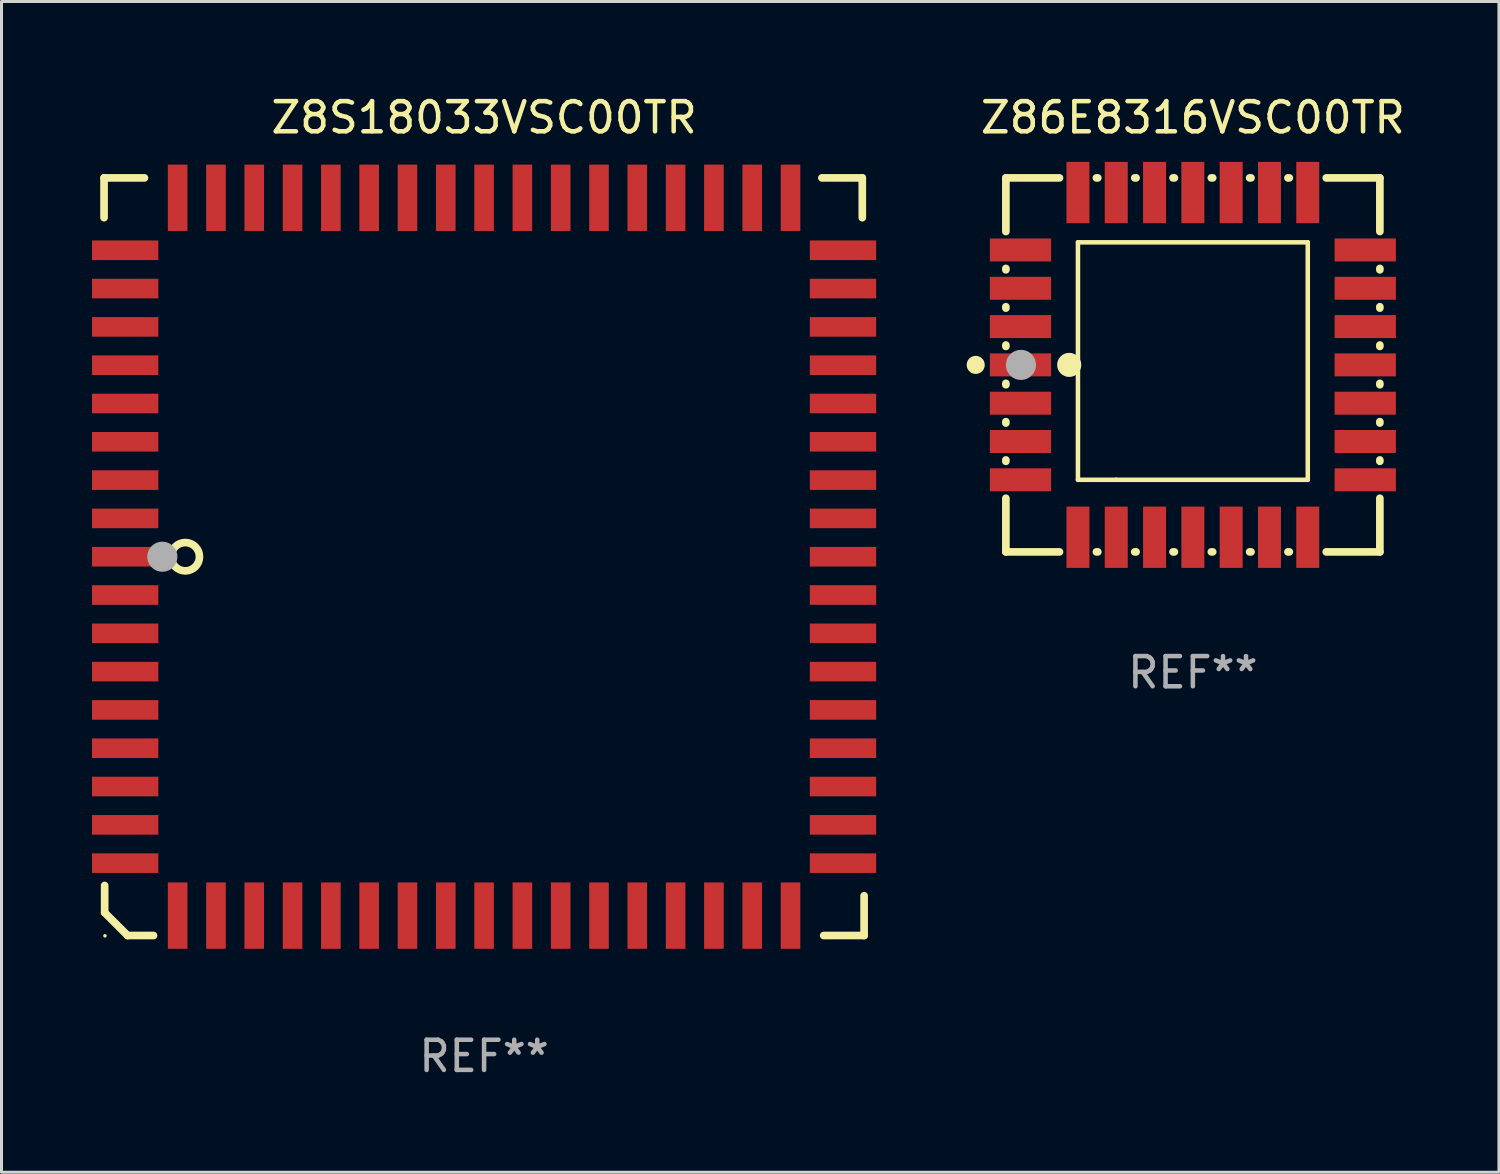
<source format=kicad_pcb>
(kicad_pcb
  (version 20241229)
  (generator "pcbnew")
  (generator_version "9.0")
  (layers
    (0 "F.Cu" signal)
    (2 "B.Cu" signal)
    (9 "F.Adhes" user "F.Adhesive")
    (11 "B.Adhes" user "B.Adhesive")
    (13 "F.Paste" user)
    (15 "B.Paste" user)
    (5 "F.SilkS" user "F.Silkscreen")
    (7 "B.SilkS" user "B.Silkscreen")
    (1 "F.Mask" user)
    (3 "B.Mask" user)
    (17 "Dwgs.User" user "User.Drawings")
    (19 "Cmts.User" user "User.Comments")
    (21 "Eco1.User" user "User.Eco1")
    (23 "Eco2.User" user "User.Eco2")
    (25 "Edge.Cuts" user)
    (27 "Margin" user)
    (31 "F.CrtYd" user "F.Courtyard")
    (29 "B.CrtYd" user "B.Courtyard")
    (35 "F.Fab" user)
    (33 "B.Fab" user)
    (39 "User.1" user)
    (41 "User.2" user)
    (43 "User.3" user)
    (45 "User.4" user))
  (footprint "Z86E8316VSC00TR"
    (layer "F.Cu")
    (at 36.5 9.048)
    (property "Reference" "Z86E8316VSC00TR" (at 0 -8.2 0) (layer "F.SilkS") (effects (font (size 1 1) (thickness 0.15))))
    (attr through_hole)
    (fp_line (start -6.2 -6.2) (end -4.422 -6.2) (stroke (width 0.254) (type solid)) (layer "F.SilkS"))
    (fp_line (start -6.2 -4.422) (end -6.2 -6.2) (stroke (width 0.254) (type solid)) (layer "F.SilkS"))
    (fp_line (start -6.2 -3.152) (end -6.2 -3.198) (stroke (width 0.254) (type solid)) (layer "F.SilkS"))
    (fp_line (start -6.2 -1.882) (end -6.2 -1.928) (stroke (width 0.254) (type solid)) (layer "F.SilkS"))
    (fp_line (start -6.2 -0.612) (end -6.2 -0.658) (stroke (width 0.254) (type solid)) (layer "F.SilkS"))
    (fp_line (start -6.2 0.658) (end -6.2 0.612) (stroke (width 0.254) (type solid)) (layer "F.SilkS"))
    (fp_line (start -6.2 1.928) (end -6.2 1.882) (stroke (width 0.254) (type solid)) (layer "F.SilkS"))
    (fp_line (start -6.2 3.198) (end -6.2 3.152) (stroke (width 0.254) (type solid)) (layer "F.SilkS"))
    (fp_line (start -6.2 6.2) (end -6.2 4.422) (stroke (width 0.254) (type solid)) (layer "F.SilkS"))
    (fp_line (start -4.422 6.2) (end -6.2 6.2) (stroke (width 0.254) (type solid)) (layer "F.SilkS"))
    (fp_line (start -3.81 -4.064) (end 3.81 -4.064) (stroke (width 0.15) (type solid)) (layer "F.SilkS"))
    (fp_line (start -3.81 3.81) (end -3.81 -4.064) (stroke (width 0.15) (type solid)) (layer "F.SilkS"))
    (fp_line (start -3.198 -6.2) (end -3.152 -6.2) (stroke (width 0.254) (type solid)) (layer "F.SilkS"))
    (fp_line (start -3.152 6.2) (end -3.198 6.2) (stroke (width 0.254) (type solid)) (layer "F.SilkS"))
    (fp_line (start -2.54 3.81) (end -3.81 3.81) (stroke (width 0.15) (type solid)) (layer "F.SilkS"))
    (fp_line (start -1.928 -6.2) (end -1.882 -6.2) (stroke (width 0.254) (type solid)) (layer "F.SilkS"))
    (fp_line (start -1.882 6.2) (end -1.928 6.2) (stroke (width 0.254) (type solid)) (layer "F.SilkS"))
    (fp_line (start -0.658 -6.2) (end -0.612 -6.2) (stroke (width 0.254) (type solid)) (layer "F.SilkS"))
    (fp_line (start -0.612 6.2) (end -0.658 6.2) (stroke (width 0.254) (type solid)) (layer "F.SilkS"))
    (fp_line (start 0.612 -6.2) (end 0.658 -6.2) (stroke (width 0.254) (type solid)) (layer "F.SilkS"))
    (fp_line (start 0.658 6.2) (end 0.612 6.2) (stroke (width 0.254) (type solid)) (layer "F.SilkS"))
    (fp_line (start 1.882 -6.2) (end 1.928 -6.2) (stroke (width 0.254) (type solid)) (layer "F.SilkS"))
    (fp_line (start 1.928 6.2) (end 1.882 6.2) (stroke (width 0.254) (type solid)) (layer "F.SilkS"))
    (fp_line (start 3.152 -6.2) (end 3.198 -6.2) (stroke (width 0.254) (type solid)) (layer "F.SilkS"))
    (fp_line (start 3.198 6.2) (end 3.152 6.2) (stroke (width 0.254) (type solid)) (layer "F.SilkS"))
    (fp_line (start 3.81 -4.064) (end 3.81 3.81) (stroke (width 0.15) (type solid)) (layer "F.SilkS"))
    (fp_line (start 3.81 3.81) (end -2.54 3.81) (stroke (width 0.15) (type solid)) (layer "F.SilkS"))
    (fp_line (start 4.422 -6.2) (end 6.2 -6.2) (stroke (width 0.254) (type solid)) (layer "F.SilkS"))
    (fp_line (start 6.2 -6.2) (end 6.2 -4.422) (stroke (width 0.254) (type solid)) (layer "F.SilkS"))
    (fp_line (start 6.2 -3.198) (end 6.2 -3.152) (stroke (width 0.254) (type solid)) (layer "F.SilkS"))
    (fp_line (start 6.2 -1.928) (end 6.2 -1.882) (stroke (width 0.254) (type solid)) (layer "F.SilkS"))
    (fp_line (start 6.2 -0.658) (end 6.2 -0.612) (stroke (width 0.254) (type solid)) (layer "F.SilkS"))
    (fp_line (start 6.2 0.612) (end 6.2 0.658) (stroke (width 0.254) (type solid)) (layer "F.SilkS"))
    (fp_line (start 6.2 1.882) (end 6.2 1.928) (stroke (width 0.254) (type solid)) (layer "F.SilkS"))
    (fp_line (start 6.2 3.152) (end 6.2 3.198) (stroke (width 0.254) (type solid)) (layer "F.SilkS"))
    (fp_line (start 6.2 4.422) (end 6.2 6.2) (stroke (width 0.254) (type solid)) (layer "F.SilkS"))
    (fp_line (start 6.2 6.2) (end 4.422 6.2) (stroke (width 0.254) (type solid)) (layer "F.SilkS"))
    (fp_circle (center -7.2 0) (end -7.05 0) (stroke (width 0.3) (type solid)) (fill no) (layer "F.SilkS"))
    (fp_circle (center -6.223 6.223) (end -6.193 6.223) (stroke (width 0.06) (type solid)) (fill no) (layer "F.SilkS"))
    (fp_circle (center -4.1 0) (end -3.9 0) (stroke (width 0.4) (type solid)) (fill no) (layer "F.SilkS"))
    (fp_circle (center -5.7 0) (end -5.45 0) (stroke (width 0.5) (type solid)) (fill no) (layer "F.Fab"))
    (fp_text user "REF**" (at 0 10.2 0) (layer "F.Fab") (effects (font (size 1 1) (thickness 0.15))))
    (pad "1" smd rect (at -5.715 0) (size 2.032 0.762) (layers "F.Cu" "F.Mask" "F.Paste"))
    (pad "2" smd rect (at -5.715 1.27) (size 2.032 0.762) (layers "F.Cu" "F.Mask" "F.Paste"))
    (pad "3" smd rect (at -5.715 2.54) (size 2.032 0.762) (layers "F.Cu" "F.Mask" "F.Paste"))
    (pad "4" smd rect (at -5.715 3.81) (size 2.032 0.762) (layers "F.Cu" "F.Mask" "F.Paste"))
    (pad "5" smd rect (at -3.81 5.715) (size 0.762 2.032) (layers "F.Cu" "F.Mask" "F.Paste"))
    (pad "6" smd rect (at -2.54 5.715) (size 0.762 2.032) (layers "F.Cu" "F.Mask" "F.Paste"))
    (pad "7" smd rect (at -1.27 5.715) (size 0.762 2.032) (layers "F.Cu" "F.Mask" "F.Paste"))
    (pad "8" smd rect (at 0 5.715) (size 0.762 2.032) (layers "F.Cu" "F.Mask" "F.Paste"))
    (pad "9" smd rect (at 1.27 5.715) (size 0.762 2.032) (layers "F.Cu" "F.Mask" "F.Paste"))
    (pad "10" smd rect (at 2.54 5.715) (size 0.762 2.032) (layers "F.Cu" "F.Mask" "F.Paste"))
    (pad "11" smd rect (at 3.81 5.715) (size 0.762 2.032) (layers "F.Cu" "F.Mask" "F.Paste"))
    (pad "12" smd rect (at 5.715 3.81) (size 2.032 0.762) (layers "F.Cu" "F.Mask" "F.Paste"))
    (pad "13" smd rect (at 5.715 2.54) (size 2.032 0.762) (layers "F.Cu" "F.Mask" "F.Paste"))
    (pad "14" smd rect (at 5.715 1.27) (size 2.032 0.762) (layers "F.Cu" "F.Mask" "F.Paste"))
    (pad "15" smd rect (at 5.715 0) (size 2.032 0.762) (layers "F.Cu" "F.Mask" "F.Paste"))
    (pad "16" smd rect (at 5.715 -1.27) (size 2.032 0.762) (layers "F.Cu" "F.Mask" "F.Paste"))
    (pad "17" smd rect (at 5.715 -2.54) (size 2.032 0.762) (layers "F.Cu" "F.Mask" "F.Paste"))
    (pad "18" smd rect (at 5.715 -3.81) (size 2.032 0.762) (layers "F.Cu" "F.Mask" "F.Paste"))
    (pad "19" smd rect (at 3.81 -5.715) (size 0.762 2.032) (layers "F.Cu" "F.Mask" "F.Paste"))
    (pad "20" smd rect (at 2.54 -5.715) (size 0.762 2.032) (layers "F.Cu" "F.Mask" "F.Paste"))
    (pad "21" smd rect (at 1.27 -5.715) (size 0.762 2.032) (layers "F.Cu" "F.Mask" "F.Paste"))
    (pad "22" smd rect (at 0 -5.715) (size 0.762 2.032) (layers "F.Cu" "F.Mask" "F.Paste"))
    (pad "23" smd rect (at -1.27 -5.715) (size 0.762 2.032) (layers "F.Cu" "F.Mask" "F.Paste"))
    (pad "24" smd rect (at -2.54 -5.715) (size 0.762 2.032) (layers "F.Cu" "F.Mask" "F.Paste"))
    (pad "25" smd rect (at -3.81 -5.715) (size 0.762 2.032) (layers "F.Cu" "F.Mask" "F.Paste"))
    (pad "26" smd rect (at -5.715 -3.81) (size 2.032 0.762) (layers "F.Cu" "F.Mask" "F.Paste"))
    (pad "27" smd rect (at -5.715 -2.54) (size 2.032 0.762) (layers "F.Cu" "F.Mask" "F.Paste"))
    (pad "28" smd rect (at -5.715 -1.27) (size 2.032 0.762) (layers "F.Cu" "F.Mask" "F.Paste")))
  (footprint "Z8S18033VSC00TR"
    (layer "F.Cu")
    (at 13 15.408)
    (property "Reference" "Z8S18033VSC00TR" (at 0 -14.56 0) (layer "F.SilkS") (effects (font (size 1 1) (thickness 0.15))))
    (attr through_hole)
    (fp_line (start -12.6 -12.56) (end -12.6 -11.24) (stroke (width 0.254) (type solid)) (layer "F.SilkS"))
    (fp_line (start -12.58 10.9) (end -12.58 11.8) (stroke (width 0.254) (type solid)) (layer "F.SilkS"))
    (fp_line (start -12.58 11.8) (end -11.82 12.56) (stroke (width 0.254) (type solid)) (layer "F.SilkS"))
    (fp_line (start -11.82 12.56) (end -10.96 12.56) (stroke (width 0.254) (type solid)) (layer "F.SilkS"))
    (fp_line (start -11.26 -12.56) (end -12.6 -12.56) (stroke (width 0.254) (type solid)) (layer "F.SilkS"))
    (fp_line (start 11.2 -12.56) (end 12.54 -12.56) (stroke (width 0.254) (type solid)) (layer "F.SilkS"))
    (fp_line (start 11.26 12.56) (end 12.6 12.56) (stroke (width 0.254) (type solid)) (layer "F.SilkS"))
    (fp_line (start 12.54 -12.56) (end 12.54 -11.24) (stroke (width 0.254) (type solid)) (layer "F.SilkS"))
    (fp_line (start 12.6 12.56) (end 12.6 11.24) (stroke (width 0.254) (type solid)) (layer "F.SilkS"))
    (fp_circle (center -12.57 12.57) (end -12.54 12.57) (stroke (width 0.06) (type solid)) (fill no) (layer "F.SilkS"))
    (fp_circle (center -9.906 0) (end -9.436 0) (stroke (width 0.254) (type solid)) (fill no) (layer "F.SilkS"))
    (fp_circle (center -10.668 0) (end -10.418 0) (stroke (width 0.5) (type solid)) (fill no) (layer "F.Fab"))
    (fp_text user "REF**" (at 0 16.56 0) (layer "F.Fab") (effects (font (size 1 1) (thickness 0.15))))
    (pad "1" smd rect (at -11.9 -0.000076 270) (size 0.65 2.2) (layers "F.Cu" "F.Mask" "F.Paste"))
    (pad "2" smd rect (at -11.9 1.27 270) (size 0.65 2.2) (layers "F.Cu" "F.Mask" "F.Paste"))
    (pad "3" smd rect (at -11.9 2.54 270) (size 0.65 2.2) (layers "F.Cu" "F.Mask" "F.Paste"))
    (pad "4" smd rect (at -11.9 3.81 270) (size 0.65 2.2) (layers "F.Cu" "F.Mask" "F.Paste"))
    (pad "5" smd rect (at -11.9 5.08 270) (size 0.65 2.2) (layers "F.Cu" "F.Mask" "F.Paste"))
    (pad "6" smd rect (at -11.9 6.35 270) (size 0.65 2.2) (layers "F.Cu" "F.Mask" "F.Paste"))
    (pad "7" smd rect (at -11.9 7.62 270) (size 0.65 2.2) (layers "F.Cu" "F.Mask" "F.Paste"))
    (pad "8" smd rect (at -11.9 8.89 270) (size 0.65 2.2) (layers "F.Cu" "F.Mask" "F.Paste"))
    (pad "9" smd rect (at -11.9 10.16 270) (size 0.65 2.2) (layers "F.Cu" "F.Mask" "F.Paste"))
    (pad "10" smd rect (at -10.16 11.9 270) (size 2.2 0.65) (layers "F.Cu" "F.Mask" "F.Paste"))
    (pad "11" smd rect (at -8.89 11.9 270) (size 2.2 0.65) (layers "F.Cu" "F.Mask" "F.Paste"))
    (pad "12" smd rect (at -7.62 11.9 270) (size 2.2 0.65) (layers "F.Cu" "F.Mask" "F.Paste"))
    (pad "13" smd rect (at -6.35 11.9 270) (size 2.2 0.65) (layers "F.Cu" "F.Mask" "F.Paste"))
    (pad "14" smd rect (at -5.08 11.9 270) (size 2.2 0.65) (layers "F.Cu" "F.Mask" "F.Paste"))
    (pad "15" smd rect (at -3.81 11.9 270) (size 2.2 0.65) (layers "F.Cu" "F.Mask" "F.Paste"))
    (pad "16" smd rect (at -2.54 11.9 270) (size 2.2 0.65) (layers "F.Cu" "F.Mask" "F.Paste"))
    (pad "17" smd rect (at -1.27 11.9 270) (size 2.2 0.65) (layers "F.Cu" "F.Mask" "F.Paste"))
    (pad "18" smd rect (at 0 11.9 270) (size 2.2 0.65) (layers "F.Cu" "F.Mask" "F.Paste"))
    (pad "19" smd rect (at 1.27 11.9 270) (size 2.2 0.65) (layers "F.Cu" "F.Mask" "F.Paste"))
    (pad "20" smd rect (at 2.54 11.9 270) (size 2.2 0.65) (layers "F.Cu" "F.Mask" "F.Paste"))
    (pad "21" smd rect (at 3.81 11.9 270) (size 2.2 0.65) (layers "F.Cu" "F.Mask" "F.Paste"))
    (pad "22" smd rect (at 5.08 11.9 270) (size 2.2 0.65) (layers "F.Cu" "F.Mask" "F.Paste"))
    (pad "23" smd rect (at 6.35 11.9 270) (size 2.2 0.65) (layers "F.Cu" "F.Mask" "F.Paste"))
    (pad "24" smd rect (at 7.62 11.9 270) (size 2.2 0.65) (layers "F.Cu" "F.Mask" "F.Paste"))
    (pad "25" smd rect (at 8.89 11.9 270) (size 2.2 0.65) (layers "F.Cu" "F.Mask" "F.Paste"))
    (pad "26" smd rect (at 10.16 11.9 270) (size 2.2 0.65) (layers "F.Cu" "F.Mask" "F.Paste"))
    (pad "27" smd rect (at 11.9 10.16 270) (size 0.65 2.2) (layers "F.Cu" "F.Mask" "F.Paste"))
    (pad "28" smd rect (at 11.9 8.89 270) (size 0.65 2.2) (layers "F.Cu" "F.Mask" "F.Paste"))
    (pad "29" smd rect (at 11.9 7.62 270) (size 0.65 2.2) (layers "F.Cu" "F.Mask" "F.Paste"))
    (pad "30" smd rect (at 11.9 6.35 270) (size 0.65 2.2) (layers "F.Cu" "F.Mask" "F.Paste"))
    (pad "31" smd rect (at 11.9 5.08 270) (size 0.65 2.2) (layers "F.Cu" "F.Mask" "F.Paste"))
    (pad "32" smd rect (at 11.9 3.81 270) (size 0.65 2.2) (layers "F.Cu" "F.Mask" "F.Paste"))
    (pad "33" smd rect (at 11.9 2.54 270) (size 0.65 2.2) (layers "F.Cu" "F.Mask" "F.Paste"))
    (pad "34" smd rect (at 11.9 1.27 270) (size 0.65 2.2) (layers "F.Cu" "F.Mask" "F.Paste"))
    (pad "35" smd rect (at 11.9 -0.000076 270) (size 0.65 2.2) (layers "F.Cu" "F.Mask" "F.Paste"))
    (pad "36" smd rect (at 11.9 -1.27 270) (size 0.65 2.2) (layers "F.Cu" "F.Mask" "F.Paste"))
    (pad "37" smd rect (at 11.9 -2.54 270) (size 0.65 2.2) (layers "F.Cu" "F.Mask" "F.Paste"))
    (pad "38" smd rect (at 11.9 -3.81 270) (size 0.65 2.2) (layers "F.Cu" "F.Mask" "F.Paste"))
    (pad "39" smd rect (at 11.9 -5.08 270) (size 0.65 2.2) (layers "F.Cu" "F.Mask" "F.Paste"))
    (pad "40" smd rect (at 11.9 -6.35 270) (size 0.65 2.2) (layers "F.Cu" "F.Mask" "F.Paste"))
    (pad "41" smd rect (at 11.9 -7.62 270) (size 0.65 2.2) (layers "F.Cu" "F.Mask" "F.Paste"))
    (pad "42" smd rect (at 11.9 -8.89 270) (size 0.65 2.2) (layers "F.Cu" "F.Mask" "F.Paste"))
    (pad "43" smd rect (at 11.9 -10.16 270) (size 0.65 2.2) (layers "F.Cu" "F.Mask" "F.Paste"))
    (pad "44" smd rect (at 10.16 -11.9 270) (size 2.2 0.65) (layers "F.Cu" "F.Mask" "F.Paste"))
    (pad "45" smd rect (at 8.89 -11.9 270) (size 2.2 0.65) (layers "F.Cu" "F.Mask" "F.Paste"))
    (pad "46" smd rect (at 7.62 -11.9 270) (size 2.2 0.65) (layers "F.Cu" "F.Mask" "F.Paste"))
    (pad "47" smd rect (at 6.35 -11.9 270) (size 2.2 0.65) (layers "F.Cu" "F.Mask" "F.Paste"))
    (pad "48" smd rect (at 5.08 -11.9 270) (size 2.2 0.65) (layers "F.Cu" "F.Mask" "F.Paste"))
    (pad "49" smd rect (at 3.81 -11.9 270) (size 2.2 0.65) (layers "F.Cu" "F.Mask" "F.Paste"))
    (pad "50" smd rect (at 2.54 -11.9 270) (size 2.2 0.65) (layers "F.Cu" "F.Mask" "F.Paste"))
    (pad "51" smd rect (at 1.27 -11.9 270) (size 2.2 0.65) (layers "F.Cu" "F.Mask" "F.Paste"))
    (pad "52" smd rect (at 0 -11.9 270) (size 2.2 0.65) (layers "F.Cu" "F.Mask" "F.Paste"))
    (pad "53" smd rect (at -1.27 -11.9 270) (size 2.2 0.65) (layers "F.Cu" "F.Mask" "F.Paste"))
    (pad "54" smd rect (at -2.54 -11.9 270) (size 2.2 0.65) (layers "F.Cu" "F.Mask" "F.Paste"))
    (pad "55" smd rect (at -3.81 -11.9 270) (size 2.2 0.65) (layers "F.Cu" "F.Mask" "F.Paste"))
    (pad "56" smd rect (at -5.08 -11.9 270) (size 2.2 0.65) (layers "F.Cu" "F.Mask" "F.Paste"))
    (pad "57" smd rect (at -6.35 -11.9 270) (size 2.2 0.65) (layers "F.Cu" "F.Mask" "F.Paste"))
    (pad "58" smd rect (at -7.62 -11.9 270) (size 2.2 0.65) (layers "F.Cu" "F.Mask" "F.Paste"))
    (pad "59" smd rect (at -8.89 -11.9 270) (size 2.2 0.65) (layers "F.Cu" "F.Mask" "F.Paste"))
    (pad "60" smd rect (at -10.16 -11.9 270) (size 2.2 0.65) (layers "F.Cu" "F.Mask" "F.Paste"))
    (pad "61" smd rect (at -11.9 -10.16 270) (size 0.65 2.2) (layers "F.Cu" "F.Mask" "F.Paste"))
    (pad "62" smd rect (at -11.9 -8.89 270) (size 0.65 2.2) (layers "F.Cu" "F.Mask" "F.Paste"))
    (pad "63" smd rect (at -11.9 -7.62 270) (size 0.65 2.2) (layers "F.Cu" "F.Mask" "F.Paste"))
    (pad "64" smd rect (at -11.9 -6.35 270) (size 0.65 2.2) (layers "F.Cu" "F.Mask" "F.Paste"))
    (pad "65" smd rect (at -11.9 -5.08 270) (size 0.65 2.2) (layers "F.Cu" "F.Mask" "F.Paste"))
    (pad "66" smd rect (at -11.9 -3.81 270) (size 0.65 2.2) (layers "F.Cu" "F.Mask" "F.Paste"))
    (pad "67" smd rect (at -11.9 -2.54 270) (size 0.65 2.2) (layers "F.Cu" "F.Mask" "F.Paste"))
    (pad "68" smd rect (at -11.9 -1.27 270) (size 0.65 2.2) (layers "F.Cu" "F.Mask" "F.Paste")))
  (gr_rect
    (start -3 -3)
    (end 46.648 35.816)
    (stroke (width 0.1) (type default))
    (fill no)
    (layer "Edge.Cuts")))
</source>
